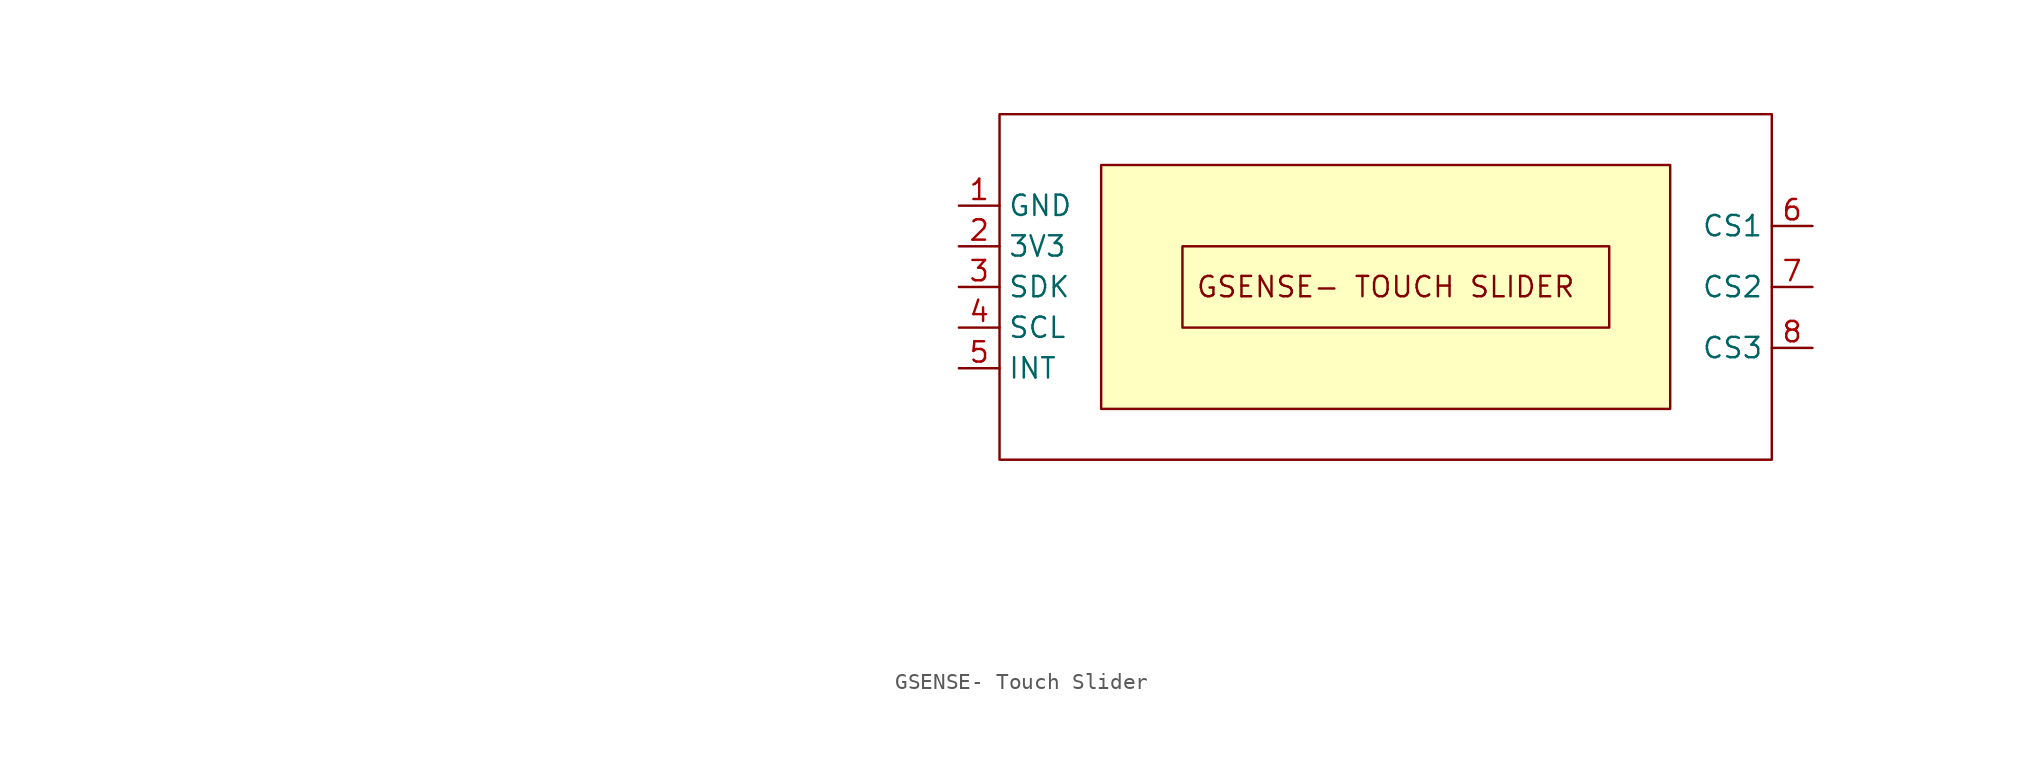
<source format=kicad_sym>
(kicad_symbol_lib
  (version 20241209)
  (generator "kicad_symbol_editor")
  (generator_version "9.0")
  (symbol "GSENSE- Touch Slider"
    (property "Reference" "U"
      (at -58.928 -10.414 0)
      (effects (font (size 1.27 1.27)) (hide yes)))
    (property "Value" ""
      (at -72.39 -20.32 0)
      (effects (font (size 1.27 1.27))))
    (symbol "GSENSE- Touch Slider_0_1"
      (rectangle (start -24.13 10.795) (end 24.13 -10.795) (stroke (width 0) (type default)) (fill (type none))))
    (symbol "GSENSE- Touch Slider_1_1"
      (rectangle (start -17.78 7.62) (end 17.78 -7.62) (stroke (width 0) (type solid)) (fill (type background)))
      (rectangle (start -12.7 2.54) (end 13.97 -2.54) (stroke (width 0) (type default)) (fill (type none)))
      (text "GSENSE- TOUCH SLIDER\n" (at 0 0 0) (effects (font (size 1.27 1.27))))
      (pin power_in line (at -26.67 5.08 0) (length 2.54) (name "GND" (effects (font (size 1.27 1.27)))) (number "1" (effects (font (size 1.27 1.27)))))
      (pin power_in line (at -26.67 2.54 0) (length 2.54) (name "3V3" (effects (font (size 1.27 1.27)))) (number "2" (effects (font (size 1.27 1.27)))))
      (pin bidirectional line (at -26.67 0 0) (length 2.54) (name "SDK" (effects (font (size 1.27 1.27)))) (number "3" (effects (font (size 1.27 1.27)))))
      (pin bidirectional line (at -26.67 -2.54 0) (length 2.54) (name "SCL" (effects (font (size 1.27 1.27)))) (number "4" (effects (font (size 1.27 1.27)))))
      (pin bidirectional line (at -26.67 -5.08 0) (length 2.54) (name "INT" (effects (font (size 1.27 1.27)))) (number "5" (effects (font (size 1.27 1.27)))))
      (pin bidirectional line (at 26.67 3.81 180) (length 2.54) (name "CS1" (effects (font (size 1.27 1.27)))) (number "6" (effects (font (size 1.27 1.27)))))
      (pin bidirectional line (at 26.67 0 180) (length 2.54) (name "CS2" (effects (font (size 1.27 1.27)))) (number "7" (effects (font (size 1.27 1.27)))))
      (pin bidirectional line (at 26.67 -3.81 180) (length 2.54) (name "CS3" (effects (font (size 1.27 1.27)))) (number "8" (effects (font (size 1.27 1.27))))))))
</source>
